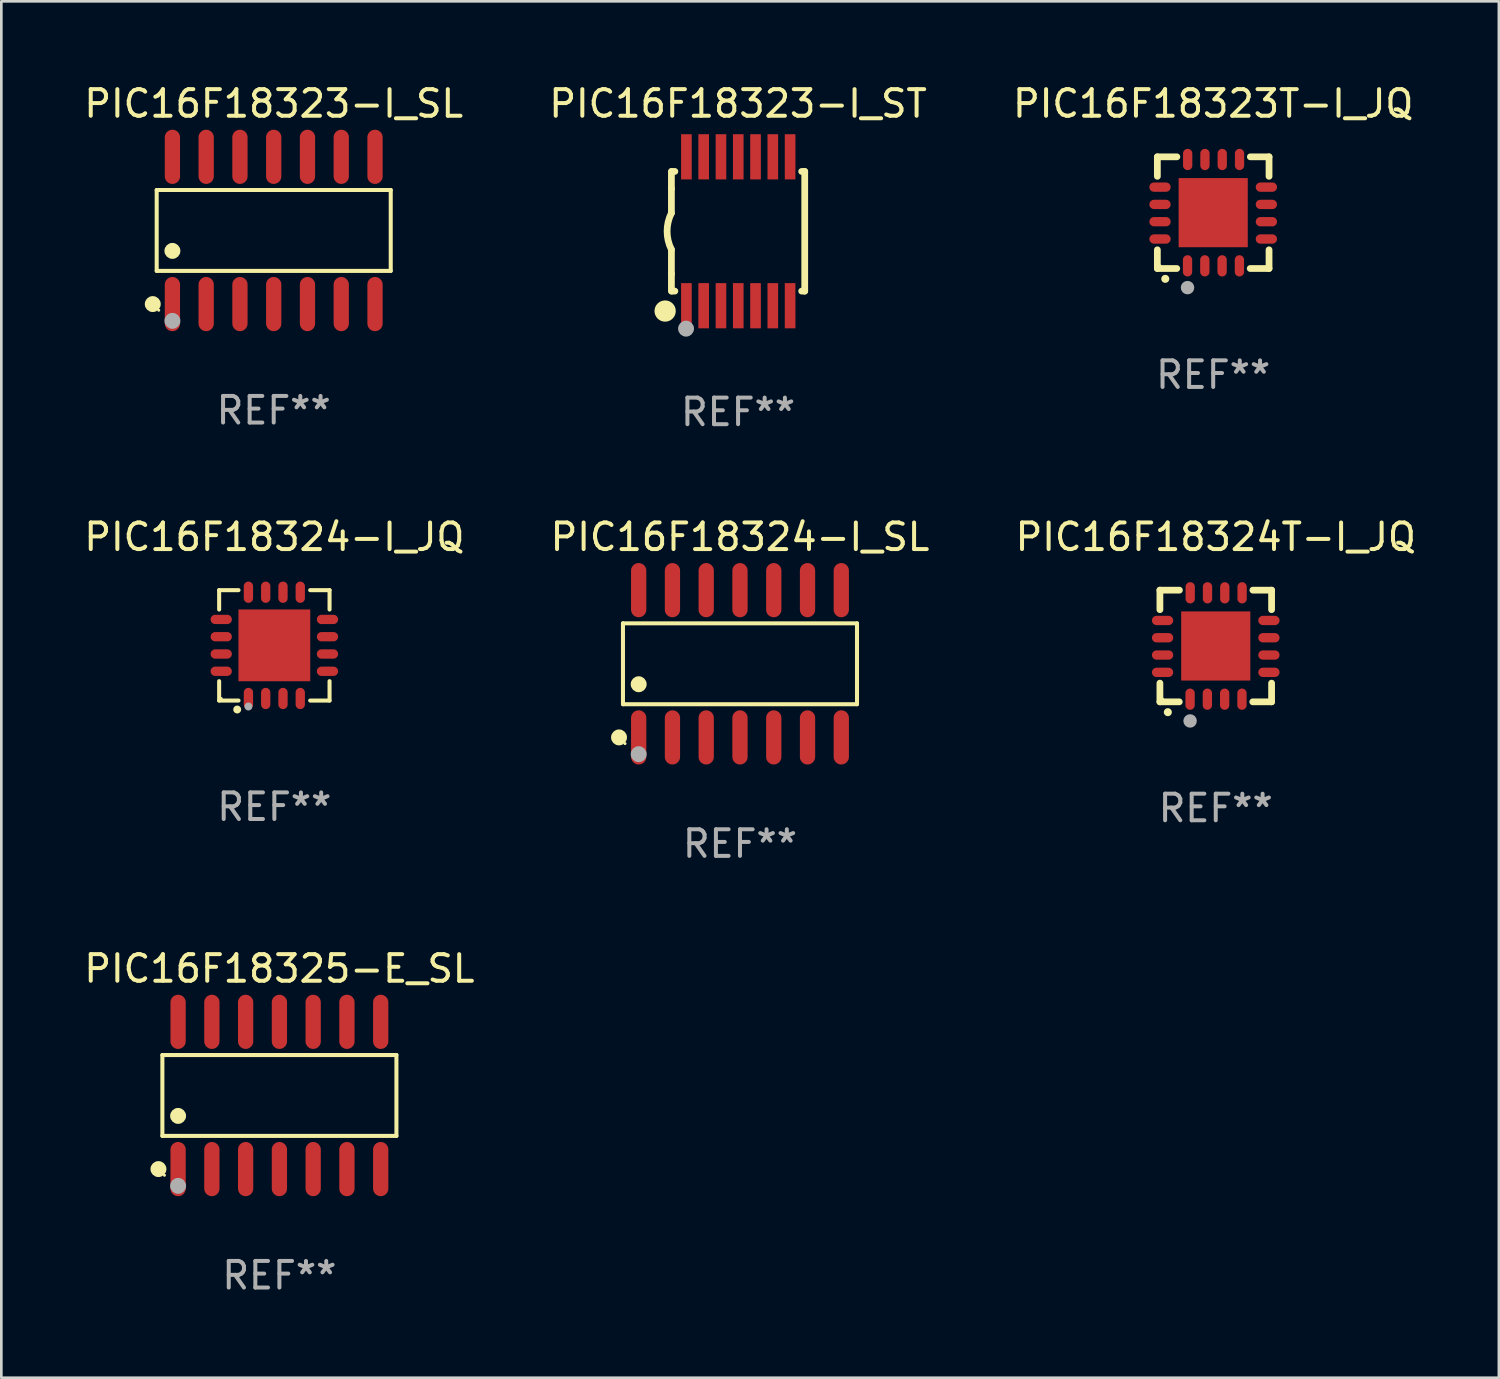
<source format=kicad_pcb>
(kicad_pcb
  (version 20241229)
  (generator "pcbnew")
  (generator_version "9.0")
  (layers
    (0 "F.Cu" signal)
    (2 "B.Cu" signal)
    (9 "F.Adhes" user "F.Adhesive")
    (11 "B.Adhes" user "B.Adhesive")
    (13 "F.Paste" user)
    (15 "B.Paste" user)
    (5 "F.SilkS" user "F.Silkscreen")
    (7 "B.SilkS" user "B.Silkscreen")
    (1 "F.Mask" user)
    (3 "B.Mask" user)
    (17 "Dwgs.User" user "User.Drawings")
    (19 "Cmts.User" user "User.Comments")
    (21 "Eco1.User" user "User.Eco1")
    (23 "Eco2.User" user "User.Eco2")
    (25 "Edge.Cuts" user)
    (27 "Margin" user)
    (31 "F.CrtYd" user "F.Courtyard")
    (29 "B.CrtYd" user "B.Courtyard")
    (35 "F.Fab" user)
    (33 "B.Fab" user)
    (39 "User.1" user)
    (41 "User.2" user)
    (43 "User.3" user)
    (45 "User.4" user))
  (footprint "PIC16F18323-I_ST"
    (layer "F.Cu")
    (at 24.708 5.648)
    (property "Reference" "PIC16F18323-I_ST" (at 0 -4.8 0) (layer "F.SilkS") (effects (font (size 1 1) (thickness 0.15))))
    (attr through_hole)
    (fp_line (start -2.507 -1.6) (end -2.507 -2.25) (stroke (width 0.254) (type solid)) (layer "F.SilkS"))
    (fp_line (start -2.507 -0.686) (end -2.507 -1.6) (stroke (width 0.254) (type solid)) (layer "F.SilkS"))
    (fp_line (start -2.507 1.6) (end -2.507 0.686) (stroke (width 0.254) (type solid)) (layer "F.SilkS"))
    (fp_line (start -2.507 1.6) (end -2.507 2.25) (stroke (width 0.254) (type solid)) (layer "F.SilkS"))
    (fp_line (start -2.493 -2.25) (end -2.377 -2.25) (stroke (width 0.254) (type solid)) (layer "F.SilkS"))
    (fp_line (start -2.377 2.25) (end -2.493 2.25) (stroke (width 0.254) (type solid)) (layer "F.SilkS"))
    (fp_line (start 2.392 -2.25) (end 2.507 -2.25) (stroke (width 0.254) (type solid)) (layer "F.SilkS"))
    (fp_line (start 2.507 -2.25) (end 2.507 2.25) (stroke (width 0.254) (type solid)) (layer "F.SilkS"))
    (fp_line (start 2.507 2.25) (end 2.392 2.25) (stroke (width 0.254) (type solid)) (layer "F.SilkS"))
    (fp_arc (start -2.507303 0.685802) (mid -2.669199 0) (end -2.507303 -0.685801) (stroke (width 0.254001) (type solid)) (layer "F.SilkS"))
    (fp_circle (center -2.743 3) (end -2.543 3) (stroke (width 0.4) (type solid)) (fill no) (layer "F.SilkS"))
    (fp_circle (center -2.493 3.2) (end -2.463 3.2) (stroke (width 0.06) (type solid)) (fill no) (layer "F.SilkS"))
    (fp_circle (center -1.957 3.662) (end -1.807 3.662) (stroke (width 0.3) (type solid)) (fill no) (layer "F.Fab"))
    (fp_text user "REF**" (at 0 6.8 0) (layer "F.Fab") (effects (font (size 1 1) (thickness 0.15))))
    (pad "1" smd rect (at -1.943 2.8) (size 0.4 1.7) (layers "F.Cu" "F.Mask" "F.Paste"))
    (pad "2" smd rect (at -1.293 2.8) (size 0.4 1.7) (layers "F.Cu" "F.Mask" "F.Paste"))
    (pad "3" smd rect (at -0.643 2.8) (size 0.4 1.7) (layers "F.Cu" "F.Mask" "F.Paste"))
    (pad "4" smd rect (at 0.007 2.8) (size 0.4 1.7) (layers "F.Cu" "F.Mask" "F.Paste"))
    (pad "5" smd rect (at 0.657 2.8) (size 0.4 1.7) (layers "F.Cu" "F.Mask" "F.Paste"))
    (pad "6" smd rect (at 1.307 2.8) (size 0.4 1.7) (layers "F.Cu" "F.Mask" "F.Paste"))
    (pad "7" smd rect (at 1.957 2.8) (size 0.4 1.7) (layers "F.Cu" "F.Mask" "F.Paste"))
    (pad "8" smd rect (at 1.957 -2.8) (size 0.4 1.7) (layers "F.Cu" "F.Mask" "F.Paste"))
    (pad "9" smd rect (at 1.307 -2.8) (size 0.4 1.7) (layers "F.Cu" "F.Mask" "F.Paste"))
    (pad "10" smd rect (at 0.657 -2.8) (size 0.4 1.7) (layers "F.Cu" "F.Mask" "F.Paste"))
    (pad "11" smd rect (at 0.007 -2.8) (size 0.4 1.7) (layers "F.Cu" "F.Mask" "F.Paste"))
    (pad "12" smd rect (at -0.643 -2.8) (size 0.4 1.7) (layers "F.Cu" "F.Mask" "F.Paste"))
    (pad "13" smd rect (at -1.293 -2.8) (size 0.4 1.7) (layers "F.Cu" "F.Mask" "F.Paste"))
    (pad "14" smd rect (at -1.943 -2.8) (size 0.4 1.7) (layers "F.Cu" "F.Mask" "F.Paste")))
  (footprint "PIC16F18324-I_SL"
    (layer "F.Cu")
    (at 24.78 21.914)
    (property "Reference" "PIC16F18324-I_SL" (at 0 -4.769 0) (layer "F.SilkS") (effects (font (size 1 1) (thickness 0.15))))
    (attr through_hole)
    (fp_line (start -4.401 -1.521) (end 4.401 -1.521) (stroke (width 0.152) (type solid)) (layer "F.SilkS"))
    (fp_line (start -4.401 1.521) (end -4.401 -1.521) (stroke (width 0.152) (type solid)) (layer "F.SilkS"))
    (fp_line (start 4.401 -1.521) (end 4.401 1.521) (stroke (width 0.152) (type solid)) (layer "F.SilkS"))
    (fp_line (start 4.401 1.521) (end -4.401 1.521) (stroke (width 0.152) (type solid)) (layer "F.SilkS"))
    (fp_circle (center -4.549 2.769) (end -4.399 2.769) (stroke (width 0.3) (type solid)) (fill no) (layer "F.SilkS"))
    (fp_circle (center -4.325 3) (end -4.295 3) (stroke (width 0.06) (type solid)) (fill no) (layer "F.SilkS"))
    (fp_circle (center -3.81 0.769) (end -3.66 0.769) (stroke (width 0.3) (type solid)) (fill no) (layer "F.SilkS"))
    (fp_circle (center -3.81 3.4) (end -3.66 3.4) (stroke (width 0.3) (type solid)) (fill no) (layer "F.Fab"))
    (fp_text user "REF**" (at 0 6.769 0) (layer "F.Fab") (effects (font (size 1 1) (thickness 0.15))))
    (pad "1" smd oval (at -3.81 2.769) (size 0.574 2.038) (layers "F.Cu" "F.Mask" "F.Paste"))
    (pad "2" smd oval (at -2.54 2.769) (size 0.574 2.038) (layers "F.Cu" "F.Mask" "F.Paste"))
    (pad "3" smd oval (at -1.27 2.769) (size 0.574 2.038) (layers "F.Cu" "F.Mask" "F.Paste"))
    (pad "4" smd oval (at 0 2.769) (size 0.574 2.038) (layers "F.Cu" "F.Mask" "F.Paste"))
    (pad "5" smd oval (at 1.27 2.769) (size 0.574 2.038) (layers "F.Cu" "F.Mask" "F.Paste"))
    (pad "6" smd oval (at 2.54 2.769) (size 0.574 2.038) (layers "F.Cu" "F.Mask" "F.Paste"))
    (pad "7" smd oval (at 3.81 2.769) (size 0.574 2.038) (layers "F.Cu" "F.Mask" "F.Paste"))
    (pad "8" smd oval (at 3.81 -2.769) (size 0.574 2.038) (layers "F.Cu" "F.Mask" "F.Paste"))
    (pad "9" smd oval (at 2.54 -2.769) (size 0.574 2.038) (layers "F.Cu" "F.Mask" "F.Paste"))
    (pad "10" smd oval (at 1.27 -2.769) (size 0.574 2.038) (layers "F.Cu" "F.Mask" "F.Paste"))
    (pad "11" smd oval (at 0 -2.769) (size 0.574 2.038) (layers "F.Cu" "F.Mask" "F.Paste"))
    (pad "12" smd oval (at -1.27 -2.769) (size 0.574 2.038) (layers "F.Cu" "F.Mask" "F.Paste"))
    (pad "13" smd oval (at -2.54 -2.769) (size 0.574 2.038) (layers "F.Cu" "F.Mask" "F.Paste"))
    (pad "14" smd oval (at -3.81 -2.769) (size 0.574 2.038) (layers "F.Cu" "F.Mask" "F.Paste")))
  (footprint "PIC16F18323-I_SL"
    (layer "F.Cu")
    (at 7.244 5.617)
    (property "Reference" "PIC16F18323-I_SL" (at 0 -4.769 0) (layer "F.SilkS") (effects (font (size 1 1) (thickness 0.15))))
    (attr through_hole)
    (fp_line (start -4.401 -1.521) (end 4.401 -1.521) (stroke (width 0.152) (type solid)) (layer "F.SilkS"))
    (fp_line (start -4.401 1.521) (end -4.401 -1.521) (stroke (width 0.152) (type solid)) (layer "F.SilkS"))
    (fp_line (start 4.401 -1.521) (end 4.401 1.521) (stroke (width 0.152) (type solid)) (layer "F.SilkS"))
    (fp_line (start 4.401 1.521) (end -4.401 1.521) (stroke (width 0.152) (type solid)) (layer "F.SilkS"))
    (fp_circle (center -4.549 2.769) (end -4.399 2.769) (stroke (width 0.3) (type solid)) (fill no) (layer "F.SilkS"))
    (fp_circle (center -4.325 3) (end -4.295 3) (stroke (width 0.06) (type solid)) (fill no) (layer "F.SilkS"))
    (fp_circle (center -3.81 0.769) (end -3.66 0.769) (stroke (width 0.3) (type solid)) (fill no) (layer "F.SilkS"))
    (fp_circle (center -3.81 3.4) (end -3.66 3.4) (stroke (width 0.3) (type solid)) (fill no) (layer "F.Fab"))
    (fp_text user "REF**" (at 0 6.769 0) (layer "F.Fab") (effects (font (size 1 1) (thickness 0.15))))
    (pad "1" smd oval (at -3.81 2.769) (size 0.574 2.038) (layers "F.Cu" "F.Mask" "F.Paste"))
    (pad "2" smd oval (at -2.54 2.769) (size 0.574 2.038) (layers "F.Cu" "F.Mask" "F.Paste"))
    (pad "3" smd oval (at -1.27 2.769) (size 0.574 2.038) (layers "F.Cu" "F.Mask" "F.Paste"))
    (pad "4" smd oval (at 0 2.769) (size 0.574 2.038) (layers "F.Cu" "F.Mask" "F.Paste"))
    (pad "5" smd oval (at 1.27 2.769) (size 0.574 2.038) (layers "F.Cu" "F.Mask" "F.Paste"))
    (pad "6" smd oval (at 2.54 2.769) (size 0.574 2.038) (layers "F.Cu" "F.Mask" "F.Paste"))
    (pad "7" smd oval (at 3.81 2.769) (size 0.574 2.038) (layers "F.Cu" "F.Mask" "F.Paste"))
    (pad "8" smd oval (at 3.81 -2.769) (size 0.574 2.038) (layers "F.Cu" "F.Mask" "F.Paste"))
    (pad "9" smd oval (at 2.54 -2.769) (size 0.574 2.038) (layers "F.Cu" "F.Mask" "F.Paste"))
    (pad "10" smd oval (at 1.27 -2.769) (size 0.574 2.038) (layers "F.Cu" "F.Mask" "F.Paste"))
    (pad "11" smd oval (at 0 -2.769) (size 0.574 2.038) (layers "F.Cu" "F.Mask" "F.Paste"))
    (pad "12" smd oval (at -1.27 -2.769) (size 0.574 2.038) (layers "F.Cu" "F.Mask" "F.Paste"))
    (pad "13" smd oval (at -2.54 -2.769) (size 0.574 2.038) (layers "F.Cu" "F.Mask" "F.Paste"))
    (pad "14" smd oval (at -3.81 -2.769) (size 0.574 2.038) (layers "F.Cu" "F.Mask" "F.Paste")))
  (footprint "PIC16F18325-E_SL"
    (layer "F.Cu")
    (at 7.458 38.149)
    (property "Reference" "PIC16F18325-E_SL" (at 0 -4.769 0) (layer "F.SilkS") (effects (font (size 1 1) (thickness 0.15))))
    (attr through_hole)
    (fp_line (start -4.401 -1.521) (end 4.401 -1.521) (stroke (width 0.152) (type solid)) (layer "F.SilkS"))
    (fp_line (start -4.401 1.521) (end -4.401 -1.521) (stroke (width 0.152) (type solid)) (layer "F.SilkS"))
    (fp_line (start 4.401 -1.521) (end 4.401 1.521) (stroke (width 0.152) (type solid)) (layer "F.SilkS"))
    (fp_line (start 4.401 1.521) (end -4.401 1.521) (stroke (width 0.152) (type solid)) (layer "F.SilkS"))
    (fp_circle (center -4.549 2.769) (end -4.399 2.769) (stroke (width 0.3) (type solid)) (fill no) (layer "F.SilkS"))
    (fp_circle (center -4.325 3) (end -4.295 3) (stroke (width 0.06) (type solid)) (fill no) (layer "F.SilkS"))
    (fp_circle (center -3.81 0.769) (end -3.66 0.769) (stroke (width 0.3) (type solid)) (fill no) (layer "F.SilkS"))
    (fp_circle (center -3.81 3.4) (end -3.66 3.4) (stroke (width 0.3) (type solid)) (fill no) (layer "F.Fab"))
    (fp_text user "REF**" (at 0 6.769 0) (layer "F.Fab") (effects (font (size 1 1) (thickness 0.15))))
    (pad "1" smd oval (at -3.81 2.769) (size 0.574 2.038) (layers "F.Cu" "F.Mask" "F.Paste"))
    (pad "2" smd oval (at -2.54 2.769) (size 0.574 2.038) (layers "F.Cu" "F.Mask" "F.Paste"))
    (pad "3" smd oval (at -1.27 2.769) (size 0.574 2.038) (layers "F.Cu" "F.Mask" "F.Paste"))
    (pad "4" smd oval (at 0 2.769) (size 0.574 2.038) (layers "F.Cu" "F.Mask" "F.Paste"))
    (pad "5" smd oval (at 1.27 2.769) (size 0.574 2.038) (layers "F.Cu" "F.Mask" "F.Paste"))
    (pad "6" smd oval (at 2.54 2.769) (size 0.574 2.038) (layers "F.Cu" "F.Mask" "F.Paste"))
    (pad "7" smd oval (at 3.81 2.769) (size 0.574 2.038) (layers "F.Cu" "F.Mask" "F.Paste"))
    (pad "8" smd oval (at 3.81 -2.769) (size 0.574 2.038) (layers "F.Cu" "F.Mask" "F.Paste"))
    (pad "9" smd oval (at 2.54 -2.769) (size 0.574 2.038) (layers "F.Cu" "F.Mask" "F.Paste"))
    (pad "10" smd oval (at 1.27 -2.769) (size 0.574 2.038) (layers "F.Cu" "F.Mask" "F.Paste"))
    (pad "11" smd oval (at 0 -2.769) (size 0.574 2.038) (layers "F.Cu" "F.Mask" "F.Paste"))
    (pad "12" smd oval (at -1.27 -2.769) (size 0.574 2.038) (layers "F.Cu" "F.Mask" "F.Paste"))
    (pad "13" smd oval (at -2.54 -2.769) (size 0.574 2.038) (layers "F.Cu" "F.Mask" "F.Paste"))
    (pad "14" smd oval (at -3.81 -2.769) (size 0.574 2.038) (layers "F.Cu" "F.Mask" "F.Paste")))
  (footprint "PIC16F18324T-I_JQ"
    (layer "F.Cu")
    (at 42.673 21.245)
    (property "Reference" "PIC16F18324T-I_JQ" (at 0 -4.1 0) (layer "F.SilkS") (effects (font (size 1 1) (thickness 0.15))))
    (attr through_hole)
    (fp_line (start -2.1 -2.1) (end -1.366 -2.1) (stroke (width 0.254) (type solid)) (layer "F.SilkS"))
    (fp_line (start -2.1 -1.366) (end -2.1 -2.1) (stroke (width 0.254) (type solid)) (layer "F.SilkS"))
    (fp_line (start -2.1 2.1) (end -2.1 1.397) (stroke (width 0.254) (type solid)) (layer "F.SilkS"))
    (fp_line (start -2.1 2.1) (end -1.371 2.1) (stroke (width 0.254) (type solid)) (layer "F.SilkS"))
    (fp_line (start 1.392 2.1) (end 2.1 2.1) (stroke (width 0.254) (type solid)) (layer "F.SilkS"))
    (fp_line (start 1.397 -2.1) (end 2.1 -2.1) (stroke (width 0.254) (type solid)) (layer "F.SilkS"))
    (fp_line (start 2.1 -1.366) (end 2.1 -2.1) (stroke (width 0.254) (type solid)) (layer "F.SilkS"))
    (fp_line (start 2.1 2.1) (end 2.1 1.397) (stroke (width 0.254) (type solid)) (layer "F.SilkS"))
    (fp_arc (start -1.803404 2.489205) (mid -1.802134 2.4892) (end -1.800864 2.489205) (stroke (width 0.3) (type solid)) (layer "F.SilkS"))
    (fp_circle (center -2 2) (end -1.97 2) (stroke (width 0.06) (type solid)) (fill no) (layer "F.SilkS"))
    (fp_circle (center -0.965 2.819) (end -0.838 2.819) (stroke (width 0.254) (type solid)) (fill no) (layer "F.Fab"))
    (fp_text user "REF**" (at 0 6.1 0) (layer "F.Fab") (effects (font (size 1 1) (thickness 0.15))))
    (pad "1" smd oval (at -0.965 2) (size 0.35 0.8) (layers "F.Cu" "F.Mask" "F.Paste"))
    (pad "2" smd oval (at -0.315 2) (size 0.35 0.8) (layers "F.Cu" "F.Mask" "F.Paste"))
    (pad "3" smd oval (at 0.335 2) (size 0.35 0.8) (layers "F.Cu" "F.Mask" "F.Paste"))
    (pad "4" smd oval (at 0.986 2) (size 0.35 0.8) (layers "F.Cu" "F.Mask" "F.Paste"))
    (pad "5" smd oval (at 2 0.991 90) (size 0.35 0.8) (layers "F.Cu" "F.Mask" "F.Paste"))
    (pad "6" smd oval (at 2 0.34 90) (size 0.35 0.8) (layers "F.Cu" "F.Mask" "F.Paste"))
    (pad "7" smd oval (at 2 -0.31 90) (size 0.35 0.8) (layers "F.Cu" "F.Mask" "F.Paste"))
    (pad "8" smd oval (at 2 -0.96 90) (size 0.35 0.8) (layers "F.Cu" "F.Mask" "F.Paste"))
    (pad "9" smd oval (at 0.991 -2) (size 0.35 0.8) (layers "F.Cu" "F.Mask" "F.Paste"))
    (pad "10" smd oval (at 0.34 -2) (size 0.35 0.8) (layers "F.Cu" "F.Mask" "F.Paste"))
    (pad "11" smd oval (at -0.31 -2) (size 0.35 0.8) (layers "F.Cu" "F.Mask" "F.Paste"))
    (pad "12" smd oval (at -0.96 -2) (size 0.35 0.8) (layers "F.Cu" "F.Mask" "F.Paste"))
    (pad "13" smd oval (at -2 -0.96 90) (size 0.35 0.8) (layers "F.Cu" "F.Mask" "F.Paste"))
    (pad "14" smd oval (at -2 -0.31 90) (size 0.35 0.8) (layers "F.Cu" "F.Mask" "F.Paste"))
    (pad "15" smd oval (at -2 0.34 90) (size 0.35 0.8) (layers "F.Cu" "F.Mask" "F.Paste"))
    (pad "16" smd oval (at -2 0.991 90) (size 0.35 0.8) (layers "F.Cu" "F.Mask" "F.Paste"))
    (pad "17" smd rect (at 0 0 90) (size 2.6 2.6) (layers "F.Cu" "F.Mask" "F.Paste")))
  (footprint "PIC16F18324-I_JQ"
    (layer "F.Cu")
    (at 7.268 21.221)
    (property "Reference" "PIC16F18324-I_JQ" (at 0 -4.076 0) (layer "F.SilkS") (effects (font (size 1 1) (thickness 0.15))))
    (attr through_hole)
    (fp_line (start -2.076 -2.076) (end -1.347 -2.076) (stroke (width 0.152) (type solid)) (layer "F.SilkS"))
    (fp_line (start -2.076 -1.347) (end -2.076 -2.076) (stroke (width 0.152) (type solid)) (layer "F.SilkS"))
    (fp_line (start -2.076 1.347) (end -2.076 2.076) (stroke (width 0.152) (type solid)) (layer "F.SilkS"))
    (fp_line (start -2.076 2.076) (end -1.347 2.076) (stroke (width 0.152) (type solid)) (layer "F.SilkS"))
    (fp_line (start 2.076 -2.076) (end 1.347 -2.076) (stroke (width 0.152) (type solid)) (layer "F.SilkS"))
    (fp_line (start 2.076 -1.347) (end 2.076 -2.076) (stroke (width 0.152) (type solid)) (layer "F.SilkS"))
    (fp_line (start 2.076 1.347) (end 2.076 2.076) (stroke (width 0.152) (type solid)) (layer "F.SilkS"))
    (fp_line (start 2.076 2.076) (end 1.347 2.076) (stroke (width 0.152) (type solid)) (layer "F.SilkS"))
    (fp_circle (center -2 2) (end -1.97 2) (stroke (width 0.06) (type solid)) (fill no) (layer "F.SilkS"))
    (fp_circle (center -1.397 2.413) (end -1.322 2.413) (stroke (width 0.15) (type solid)) (fill no) (layer "F.SilkS"))
    (fp_circle (center -0.975 2.3) (end -0.9 2.3) (stroke (width 0.15) (type solid)) (fill no) (layer "F.Fab"))
    (fp_text user "REF**" (at 0 6.076 0) (layer "F.Fab") (effects (font (size 1 1) (thickness 0.15))))
    (pad "1" smd oval (at -0.975 1.998) (size 0.35 0.8) (layers "F.Cu" "F.Mask" "F.Paste"))
    (pad "2" smd oval (at -0.325 1.998) (size 0.35 0.8) (layers "F.Cu" "F.Mask" "F.Paste"))
    (pad "3" smd oval (at 0.325 1.998) (size 0.35 0.8) (layers "F.Cu" "F.Mask" "F.Paste"))
    (pad "4" smd oval (at 0.975 1.998) (size 0.35 0.8) (layers "F.Cu" "F.Mask" "F.Paste"))
    (pad "5" smd oval (at 1.998 0.975) (size 0.8 0.35) (layers "F.Cu" "F.Mask" "F.Paste"))
    (pad "6" smd oval (at 1.998 0.325) (size 0.8 0.35) (layers "F.Cu" "F.Mask" "F.Paste"))
    (pad "7" smd oval (at 1.998 -0.325) (size 0.8 0.35) (layers "F.Cu" "F.Mask" "F.Paste"))
    (pad "8" smd oval (at 1.998 -0.975) (size 0.8 0.35) (layers "F.Cu" "F.Mask" "F.Paste"))
    (pad "9" smd oval (at 0.975 -1.998) (size 0.35 0.8) (layers "F.Cu" "F.Mask" "F.Paste"))
    (pad "10" smd oval (at 0.325 -1.998) (size 0.35 0.8) (layers "F.Cu" "F.Mask" "F.Paste"))
    (pad "11" smd oval (at -0.325 -1.998) (size 0.35 0.8) (layers "F.Cu" "F.Mask" "F.Paste"))
    (pad "12" smd oval (at -0.975 -1.998) (size 0.35 0.8) (layers "F.Cu" "F.Mask" "F.Paste"))
    (pad "13" smd oval (at -1.998 -0.975) (size 0.8 0.35) (layers "F.Cu" "F.Mask" "F.Paste"))
    (pad "14" smd oval (at -1.998 -0.325) (size 0.8 0.35) (layers "F.Cu" "F.Mask" "F.Paste"))
    (pad "15" smd oval (at -1.998 0.325) (size 0.8 0.35) (layers "F.Cu" "F.Mask" "F.Paste"))
    (pad "16" smd oval (at -1.998 0.975) (size 0.8 0.35) (layers "F.Cu" "F.Mask" "F.Paste"))
    (pad "17" smd rect (at 0 0) (size 2.7 2.7) (layers "F.Cu" "F.Mask" "F.Paste")))
  (footprint "PIC16F18323T-I_JQ"
    (layer "F.Cu")
    (at 42.577 4.948)
    (property "Reference" "PIC16F18323T-I_JQ" (at 0 -4.1 0) (layer "F.SilkS") (effects (font (size 1 1) (thickness 0.15))))
    (attr through_hole)
    (fp_line (start -2.1 -2.1) (end -1.366 -2.1) (stroke (width 0.254) (type solid)) (layer "F.SilkS"))
    (fp_line (start -2.1 -1.366) (end -2.1 -2.1) (stroke (width 0.254) (type solid)) (layer "F.SilkS"))
    (fp_line (start -2.1 2.1) (end -2.1 1.397) (stroke (width 0.254) (type solid)) (layer "F.SilkS"))
    (fp_line (start -2.1 2.1) (end -1.371 2.1) (stroke (width 0.254) (type solid)) (layer "F.SilkS"))
    (fp_line (start 1.392 2.1) (end 2.1 2.1) (stroke (width 0.254) (type solid)) (layer "F.SilkS"))
    (fp_line (start 1.397 -2.1) (end 2.1 -2.1) (stroke (width 0.254) (type solid)) (layer "F.SilkS"))
    (fp_line (start 2.1 -1.366) (end 2.1 -2.1) (stroke (width 0.254) (type solid)) (layer "F.SilkS"))
    (fp_line (start 2.1 2.1) (end 2.1 1.397) (stroke (width 0.254) (type solid)) (layer "F.SilkS"))
    (fp_arc (start -1.803404 2.489205) (mid -1.802134 2.4892) (end -1.800864 2.489205) (stroke (width 0.3) (type solid)) (layer "F.SilkS"))
    (fp_circle (center -2 2) (end -1.97 2) (stroke (width 0.06) (type solid)) (fill no) (layer "F.SilkS"))
    (fp_circle (center -0.965 2.819) (end -0.838 2.819) (stroke (width 0.254) (type solid)) (fill no) (layer "F.Fab"))
    (fp_text user "REF**" (at 0 6.1 0) (layer "F.Fab") (effects (font (size 1 1) (thickness 0.15))))
    (pad "1" smd oval (at -0.965 2) (size 0.35 0.8) (layers "F.Cu" "F.Mask" "F.Paste"))
    (pad "2" smd oval (at -0.315 2) (size 0.35 0.8) (layers "F.Cu" "F.Mask" "F.Paste"))
    (pad "3" smd oval (at 0.335 2) (size 0.35 0.8) (layers "F.Cu" "F.Mask" "F.Paste"))
    (pad "4" smd oval (at 0.986 2) (size 0.35 0.8) (layers "F.Cu" "F.Mask" "F.Paste"))
    (pad "5" smd oval (at 2 0.991 90) (size 0.35 0.8) (layers "F.Cu" "F.Mask" "F.Paste"))
    (pad "6" smd oval (at 2 0.34 90) (size 0.35 0.8) (layers "F.Cu" "F.Mask" "F.Paste"))
    (pad "7" smd oval (at 2 -0.31 90) (size 0.35 0.8) (layers "F.Cu" "F.Mask" "F.Paste"))
    (pad "8" smd oval (at 2 -0.96 90) (size 0.35 0.8) (layers "F.Cu" "F.Mask" "F.Paste"))
    (pad "9" smd oval (at 0.991 -2) (size 0.35 0.8) (layers "F.Cu" "F.Mask" "F.Paste"))
    (pad "10" smd oval (at 0.34 -2) (size 0.35 0.8) (layers "F.Cu" "F.Mask" "F.Paste"))
    (pad "11" smd oval (at -0.31 -2) (size 0.35 0.8) (layers "F.Cu" "F.Mask" "F.Paste"))
    (pad "12" smd oval (at -0.96 -2) (size 0.35 0.8) (layers "F.Cu" "F.Mask" "F.Paste"))
    (pad "13" smd oval (at -2 -0.96 90) (size 0.35 0.8) (layers "F.Cu" "F.Mask" "F.Paste"))
    (pad "14" smd oval (at -2 -0.31 90) (size 0.35 0.8) (layers "F.Cu" "F.Mask" "F.Paste"))
    (pad "15" smd oval (at -2 0.34 90) (size 0.35 0.8) (layers "F.Cu" "F.Mask" "F.Paste"))
    (pad "16" smd oval (at -2 0.991 90) (size 0.35 0.8) (layers "F.Cu" "F.Mask" "F.Paste"))
    (pad "17" smd rect (at 0 0 90) (size 2.6 2.6) (layers "F.Cu" "F.Mask" "F.Paste")))
  (gr_rect
    (start -3 -3)
    (end 53.321 48.766)
    (stroke (width 0.1) (type default))
    (fill no)
    (layer "Edge.Cuts")))
</source>
